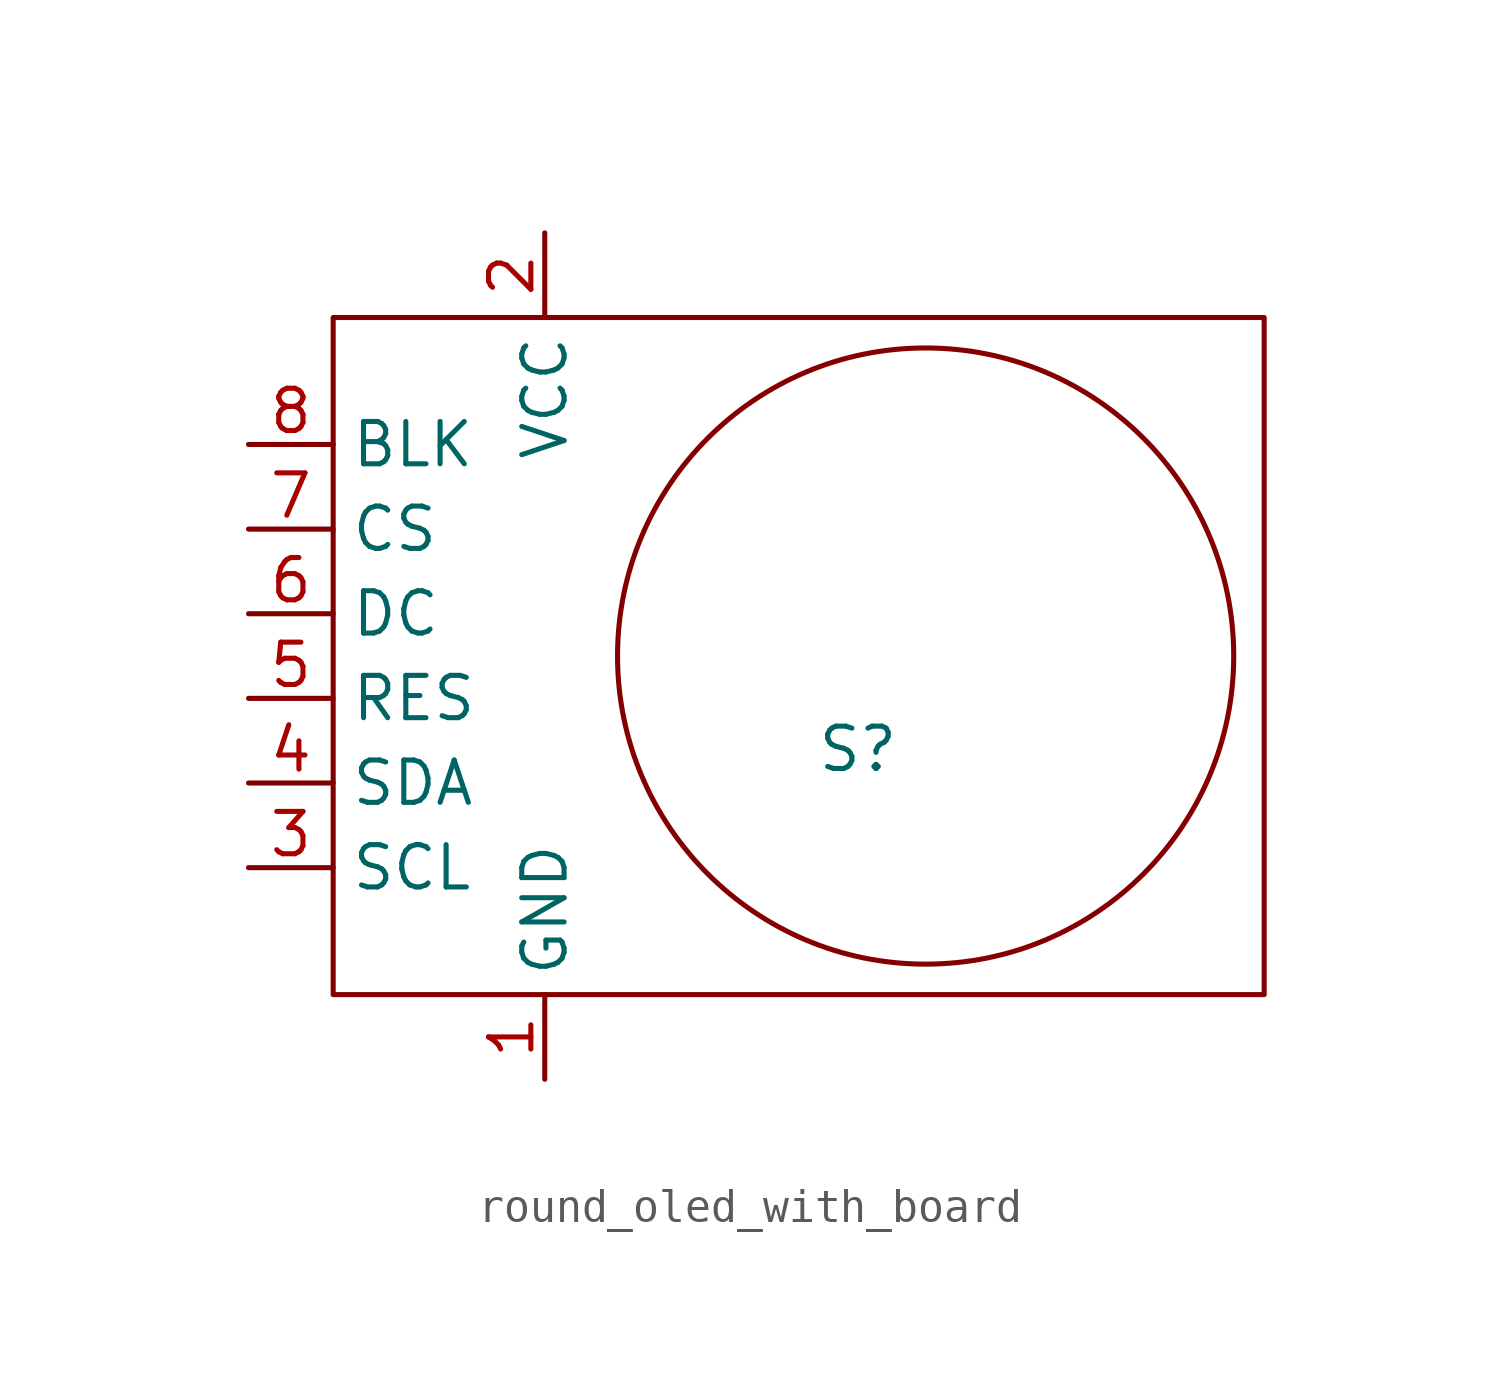
<source format=kicad_sym>
(kicad_symbol_lib
  (version 20241209)
  (generator "kicad_symbol_editor")
  (generator_version "9.0")
  (symbol "round_oled_with_board"
    (property "Reference" "S"
      (at -2.032 -2.794 0)
      (effects (font (size 1.27 1.27))))
    (property "Value" ""
      (at -20.32 10.16 0)
      (effects (font (size 1.27 1.27))))
    (symbol "round_oled_with_board_0_1"
      (rectangle (start -17.78 10.16) (end 10.16 -10.16) (stroke (width 0) (type default)) (fill (type none)))
      (circle (center 0 0) (radius 9.246) (stroke (width 0) (type default)) (fill (type none))))
    (symbol "round_oled_with_board_1_1"
      (pin input line (at -20.32 6.35 0) (length 2.54) (name "BLK" (effects (font (size 1.27 1.27)))) (number "8" (effects (font (size 1.27 1.27)))))
      (pin input line (at -20.32 3.81 0) (length 2.54) (name "CS" (effects (font (size 1.27 1.27)))) (number "7" (effects (font (size 1.27 1.27)))))
      (pin input line (at -20.32 1.27 0) (length 2.54) (name "DC" (effects (font (size 1.27 1.27)))) (number "6" (effects (font (size 1.27 1.27)))))
      (pin input line (at -20.32 -1.27 0) (length 2.54) (name "RES" (effects (font (size 1.27 1.27)))) (number "5" (effects (font (size 1.27 1.27)))))
      (pin input line (at -20.32 -3.81 0) (length 2.54) (name "SDA" (effects (font (size 1.27 1.27)))) (number "4" (effects (font (size 1.27 1.27)))))
      (pin input line (at -20.32 -6.35 0) (length 2.54) (name "SCL" (effects (font (size 1.27 1.27)))) (number "3" (effects (font (size 1.27 1.27)))))
      (pin power_in line (at -11.43 12.7 270) (length 2.54) (name "VCC" (effects (font (size 1.27 1.27)))) (number "2" (effects (font (size 1.27 1.27)))))
      (pin power_in line (at -11.43 -12.7 90) (length 2.54) (name "GND" (effects (font (size 1.27 1.27)))) (number "1" (effects (font (size 1.27 1.27))))))))
</source>
